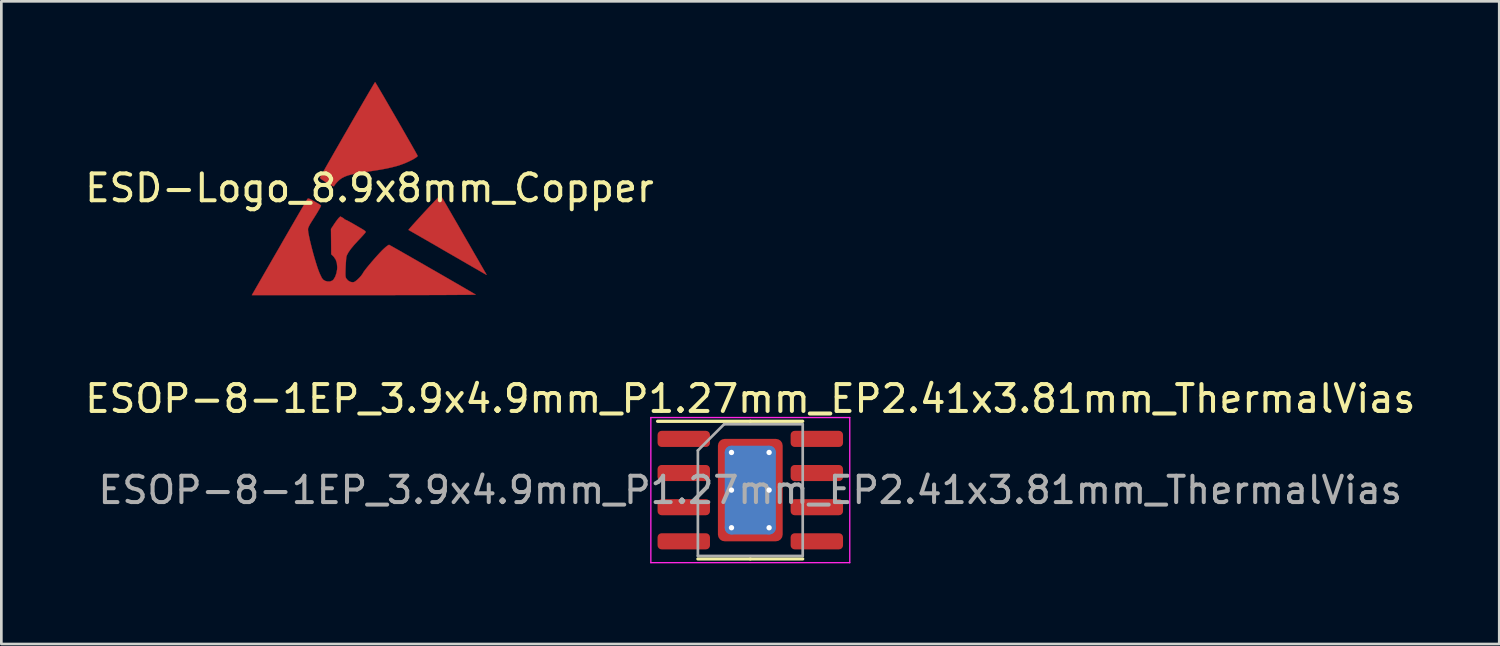
<source format=kicad_pcb>
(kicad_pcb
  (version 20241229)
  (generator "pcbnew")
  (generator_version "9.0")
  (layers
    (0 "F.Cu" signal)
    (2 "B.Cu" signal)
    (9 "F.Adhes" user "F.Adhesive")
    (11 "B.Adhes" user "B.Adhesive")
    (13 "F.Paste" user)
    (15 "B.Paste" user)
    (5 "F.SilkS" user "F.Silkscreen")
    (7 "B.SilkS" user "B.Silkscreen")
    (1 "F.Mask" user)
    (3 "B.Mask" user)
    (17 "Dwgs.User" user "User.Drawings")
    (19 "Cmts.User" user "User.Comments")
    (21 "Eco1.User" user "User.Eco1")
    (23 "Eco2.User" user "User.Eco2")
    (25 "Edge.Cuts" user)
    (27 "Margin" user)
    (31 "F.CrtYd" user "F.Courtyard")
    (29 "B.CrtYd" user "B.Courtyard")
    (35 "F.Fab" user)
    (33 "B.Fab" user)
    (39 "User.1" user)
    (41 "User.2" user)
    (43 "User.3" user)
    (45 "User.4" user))
  (footprint "ESOP-8-1EP_3.9x4.9mm_P1.27mm_EP2.41x3.81mm_ThermalVias"
    (layer "F.Cu")
    (at 24.863 15.183)
    (property "Reference" "ESOP-8-1EP_3.9x4.9mm_P1.27mm_EP2.41x3.81mm_ThermalVias" (at 0 -3.4 0) (layer "F.SilkS") (effects (font (size 1 1) (thickness 0.15))))
    (attr smd)
    (fp_line (start 0 -2.56) (end -3.45 -2.56) (stroke (width 0.12) (type solid)) (layer "F.SilkS"))
    (fp_line (start 0 -2.56) (end 1.95 -2.56) (stroke (width 0.12) (type solid)) (layer "F.SilkS"))
    (fp_line (start 0 2.56) (end -1.95 2.56) (stroke (width 0.12) (type solid)) (layer "F.SilkS"))
    (fp_line (start 0 2.56) (end 1.95 2.56) (stroke (width 0.12) (type solid)) (layer "F.SilkS"))
    (fp_line (start -3.7 -2.7) (end -3.7 2.7) (stroke (width 0.05) (type solid)) (layer "F.CrtYd"))
    (fp_line (start -3.7 2.7) (end 3.7 2.7) (stroke (width 0.05) (type solid)) (layer "F.CrtYd"))
    (fp_line (start 3.7 -2.7) (end -3.7 -2.7) (stroke (width 0.05) (type solid)) (layer "F.CrtYd"))
    (fp_line (start 3.7 2.7) (end 3.7 -2.7) (stroke (width 0.05) (type solid)) (layer "F.CrtYd"))
    (fp_line (start -1.95 -1.475) (end -0.975 -2.45) (stroke (width 0.1) (type solid)) (layer "F.Fab"))
    (fp_line (start -1.95 2.45) (end -1.95 -1.475) (stroke (width 0.1) (type solid)) (layer "F.Fab"))
    (fp_line (start -0.975 -2.45) (end 1.95 -2.45) (stroke (width 0.1) (type solid)) (layer "F.Fab"))
    (fp_line (start 1.95 -2.45) (end 1.95 2.45) (stroke (width 0.1) (type solid)) (layer "F.Fab"))
    (fp_line (start 1.95 2.45) (end -1.95 2.45) (stroke (width 0.1) (type solid)) (layer "F.Fab"))
    (fp_text user "${REFERENCE}" (at 0 0 0) (layer "F.Fab") (effects (font (size 0.98 0.98) (thickness 0.15))))
    (pad "" smd roundrect (at -0.6 -0.95) (size 1.01 1.59) (layers "F.Paste") (roundrect_rratio 0.248))
    (pad "" smd roundrect (at -0.6 0.95) (size 1.01 1.59) (layers "F.Paste") (roundrect_rratio 0.248))
    (pad "" smd roundrect (at 0.6 -0.95) (size 1.01 1.59) (layers "F.Paste") (roundrect_rratio 0.248))
    (pad "" smd roundrect (at 0.6 0.95) (size 1.01 1.59) (layers "F.Paste") (roundrect_rratio 0.248))
    (pad "1" smd roundrect (at -2.475 -1.905) (size 1.95 0.6) (layers "F.Cu" "F.Mask" "F.Paste") (roundrect_rratio 0.25))
    (pad "2" smd roundrect (at -2.475 -0.635) (size 1.95 0.6) (layers "F.Cu" "F.Mask" "F.Paste") (roundrect_rratio 0.25))
    (pad "3" smd roundrect (at -2.475 0.635) (size 1.95 0.6) (layers "F.Cu" "F.Mask" "F.Paste") (roundrect_rratio 0.25))
    (pad "4" smd roundrect (at -2.475 1.905) (size 1.95 0.6) (layers "F.Cu" "F.Mask" "F.Paste") (roundrect_rratio 0.25))
    (pad "5" smd roundrect (at 2.475 1.905) (size 1.95 0.6) (layers "F.Cu" "F.Mask" "F.Paste") (roundrect_rratio 0.25))
    (pad "6" smd roundrect (at 2.475 0.635) (size 1.95 0.6) (layers "F.Cu" "F.Mask" "F.Paste") (roundrect_rratio 0.25))
    (pad "7" smd roundrect (at 2.475 -0.635) (size 1.95 0.6) (layers "F.Cu" "F.Mask" "F.Paste") (roundrect_rratio 0.25))
    (pad "8" smd roundrect (at 2.475 -1.905) (size 1.95 0.6) (layers "F.Cu" "F.Mask" "F.Paste") (roundrect_rratio 0.25))
    (pad "9" thru_hole circle (at -0.7 -1.4) (size 0.5 0.5) (drill 0.2) (layers "*.Cu"))
    (pad "9" thru_hole circle (at -0.7 0) (size 0.5 0.5) (drill 0.2) (layers "*.Cu"))
    (pad "9" thru_hole circle (at -0.7 1.4) (size 0.5 0.5) (drill 0.2) (layers "*.Cu"))
    (pad "9" smd roundrect (at 0 0) (size 1.9 3.3) (layers "B.Cu") (roundrect_rratio 0.132))
    (pad "9" smd roundrect (at 0 0) (size 2.41 3.81) (layers "F.Cu" "F.Mask") (roundrect_rratio 0.104))
    (pad "9" thru_hole circle (at 0.7 -1.4) (size 0.5 0.5) (drill 0.2) (layers "*.Cu"))
    (pad "9" thru_hole circle (at 0.7 0) (size 0.5 0.5) (drill 0.2) (layers "*.Cu"))
    (pad "9" thru_hole circle (at 0.7 1.4) (size 0.5 0.5) (drill 0.2) (layers "*.Cu")))
  (footprint "ESD-Logo_8.9x8mm_Copper"
    (layer "F.Cu")
    (at 10.696 3.946)
    (property "Reference" "ESD-Logo_8.9x8mm_Copper" (at 0 0 0) (layer "F.SilkS") (effects (font (size 1 1) (thickness 0.15))))
    (attr exclude_from_pos_files exclude_from_bom)
    (fp_poly (pts (xy 2.676 0.316) (xy 2.691 0.342) (xy 2.726 0.4) (xy 2.778 0.49) (xy 2.845 0.606) (xy 2.927 0.747) (xy 3.021 0.909) (xy 3.125 1.09) (xy 3.239 1.286) (xy 3.359 1.495) (xy 3.483 1.71) (xy 3.61 1.93) (xy 3.732 2.14) (xy 3.846 2.339) (xy 3.953 2.524) (xy 4.049 2.69) (xy 4.132 2.835) (xy 4.202 2.956) (xy 4.256 3.05) (xy 4.293 3.114) (xy 4.311 3.144) (xy 4.339 3.194) (xy 4.354 3.226) (xy 4.355 3.231) (xy 4.336 3.221) (xy 4.284 3.191) (xy 4.202 3.144) (xy 4.091 3.08) (xy 3.955 3.002) (xy 3.797 2.911) (xy 3.619 2.808) (xy 3.424 2.695) (xy 3.214 2.574) (xy 2.993 2.446) (xy 2.909 2.398) (xy 2.684 2.268) (xy 2.47 2.143) (xy 2.268 2.027) (xy 2.082 1.92) (xy 1.915 1.824) (xy 1.769 1.74) (xy 1.647 1.67) (xy 1.552 1.615) (xy 1.487 1.578) (xy 1.454 1.56) (xy 1.45 1.558) (xy 1.46 1.542) (xy 1.495 1.5) (xy 1.552 1.435) (xy 1.626 1.351) (xy 1.715 1.253) (xy 1.814 1.144) (xy 1.92 1.027) (xy 2.03 0.908) (xy 2.14 0.789) (xy 2.246 0.675) (xy 2.345 0.57) (xy 2.433 0.477) (xy 2.507 0.401) (xy 2.562 0.345) (xy 2.581 0.326) (xy 2.645 0.267) (xy 2.676 0.316)) (stroke (width 0.01) (type solid)) (fill yes) (layer "F.Cu"))
    (fp_poly (pts (xy 0.221 -3.924) (xy 0.252 -3.873) (xy 0.3 -3.794) (xy 0.362 -3.688) (xy 0.438 -3.559) (xy 0.524 -3.412) (xy 0.619 -3.248) (xy 0.721 -3.072) (xy 0.828 -2.887) (xy 0.939 -2.696) (xy 1.05 -2.503) (xy 1.161 -2.311) (xy 1.268 -2.124) (xy 1.371 -1.944) (xy 1.467 -1.776) (xy 1.555 -1.623) (xy 1.631 -1.488) (xy 1.696 -1.374) (xy 1.745 -1.285) (xy 1.778 -1.224) (xy 1.793 -1.195) (xy 1.793 -1.193) (xy 1.775 -1.169) (xy 1.725 -1.131) (xy 1.648 -1.084) (xy 1.552 -1.032) (xy 1.45 -0.982) (xy 1.312 -0.921) (xy 1.167 -0.867) (xy 1.01 -0.817) (xy 0.836 -0.772) (xy 0.639 -0.728) (xy 0.416 -0.686) (xy 0.16 -0.645) (xy -0.104 -0.606) (xy -0.334 -0.571) (xy -0.527 -0.537) (xy -0.688 -0.501) (xy -0.822 -0.463) (xy -0.933 -0.419) (xy -1.027 -0.37) (xy -1.109 -0.312) (xy -1.182 -0.244) (xy -1.206 -0.219) (xy -1.258 -0.16) (xy -1.296 -0.112) (xy -1.313 -0.084) (xy -1.314 -0.082) (xy -1.32 -0.068) (xy -1.341 -0.067) (xy -1.382 -0.083) (xy -1.447 -0.117) (xy -1.541 -0.17) (xy -1.606 -0.208) (xy -1.702 -0.268) (xy -1.778 -0.319) (xy -1.826 -0.358) (xy -1.843 -0.381) (xy -1.843 -0.381) (xy -1.833 -0.403) (xy -1.803 -0.457) (xy -1.756 -0.542) (xy -1.693 -0.653) (xy -1.617 -0.789) (xy -1.528 -0.945) (xy -1.428 -1.119) (xy -1.32 -1.309) (xy -1.205 -1.51) (xy -1.084 -1.72) (xy -0.96 -1.937) (xy -0.833 -2.156) (xy -0.707 -2.376) (xy -0.582 -2.592) (xy -0.46 -2.803) (xy -0.343 -3.004) (xy -0.233 -3.194) (xy -0.131 -3.369) (xy -0.039 -3.527) (xy 0.041 -3.663) (xy 0.107 -3.776) (xy 0.158 -3.861) (xy 0.192 -3.918) (xy 0.208 -3.941) (xy 0.209 -3.941) (xy 0.221 -3.924)) (stroke (width 0.01) (type solid)) (fill yes) (layer "F.Cu"))
    (fp_poly (pts (xy -2.259 0.392) (xy -2.215 0.409) (xy -2.149 0.443) (xy -2.053 0.495) (xy -2.045 0.5) (xy -1.957 0.55) (xy -1.883 0.594) (xy -1.829 0.628) (xy -1.804 0.646) (xy -1.804 0.647) (xy -1.81 0.672) (xy -1.837 0.729) (xy -1.885 0.814) (xy -1.95 0.925) (xy -2.032 1.057) (xy -2.128 1.209) (xy -2.152 1.246) (xy -2.215 1.349) (xy -2.26 1.437) (xy -2.285 1.504) (xy -2.287 1.517) (xy -2.286 1.574) (xy -2.274 1.666) (xy -2.251 1.785) (xy -2.221 1.927) (xy -2.183 2.084) (xy -2.141 2.252) (xy -2.095 2.425) (xy -2.047 2.596) (xy -1.998 2.759) (xy -1.951 2.91) (xy -1.906 3.041) (xy -1.865 3.148) (xy -1.837 3.211) (xy -1.804 3.279) (xy -1.772 3.344) (xy -1.771 3.347) (xy -1.719 3.412) (xy -1.642 3.456) (xy -1.554 3.477) (xy -1.464 3.474) (xy -1.385 3.444) (xy -1.341 3.406) (xy -1.277 3.3) (xy -1.23 3.167) (xy -1.204 3.023) (xy -1.2 2.94) (xy -1.215 2.787) (xy -1.258 2.66) (xy -1.332 2.553) (xy -1.355 2.53) (xy -1.424 2.463) (xy -1.428 1.992) (xy -1.433 1.521) (xy -1.313 1.339) (xy -1.257 1.257) (xy -1.202 1.183) (xy -1.158 1.127) (xy -1.139 1.107) (xy -1.085 1.057) (xy -1.012 1.096) (xy -0.965 1.124) (xy -0.94 1.146) (xy -0.938 1.15) (xy -0.921 1.167) (xy -0.892 1.179) (xy -0.863 1.191) (xy -0.819 1.212) (xy -0.756 1.246) (xy -0.671 1.293) (xy -0.559 1.357) (xy -0.417 1.44) (xy -0.339 1.485) (xy -0.248 1.539) (xy -0.189 1.578) (xy -0.155 1.605) (xy -0.142 1.626) (xy -0.145 1.645) (xy -0.147 1.649) (xy -0.168 1.677) (xy -0.213 1.728) (xy -0.276 1.798) (xy -0.353 1.881) (xy -0.419 1.951) (xy -0.572 2.117) (xy -0.692 2.262) (xy -0.779 2.385) (xy -0.836 2.489) (xy -0.855 2.542) (xy -0.863 2.588) (xy -0.871 2.667) (xy -0.878 2.77) (xy -0.885 2.887) (xy -0.888 2.961) (xy -0.892 3.089) (xy -0.894 3.183) (xy -0.893 3.25) (xy -0.888 3.296) (xy -0.88 3.329) (xy -0.867 3.357) (xy -0.856 3.374) (xy -0.797 3.44) (xy -0.72 3.486) (xy -0.639 3.505) (xy -0.578 3.498) (xy -0.523 3.467) (xy -0.454 3.411) (xy -0.381 3.34) (xy -0.313 3.265) (xy -0.261 3.193) (xy -0.241 3.159) (xy -0.212 3.111) (xy -0.159 3.04) (xy -0.087 2.948) (xy -0.001 2.844) (xy 0.094 2.732) (xy 0.194 2.617) (xy 0.293 2.506) (xy 0.387 2.404) (xy 0.471 2.316) (xy 0.538 2.252) (xy 0.611 2.188) (xy 0.673 2.141) (xy 0.716 2.115) (xy 0.73 2.112) (xy 0.752 2.124) (xy 0.807 2.154) (xy 0.892 2.202) (xy 1.003 2.265) (xy 1.138 2.341) (xy 1.293 2.43) (xy 1.465 2.528) (xy 1.651 2.635) (xy 1.848 2.748) (xy 2.052 2.865) (xy 2.26 2.985) (xy 2.47 3.105) (xy 2.678 3.225) (xy 2.881 3.342) (xy 3.075 3.454) (xy 3.258 3.56) (xy 3.426 3.657) (xy 3.577 3.745) (xy 3.706 3.82) (xy 3.812 3.882) (xy 3.89 3.928) (xy 3.937 3.956) (xy 3.951 3.965) (xy 3.932 3.967) (xy 3.874 3.969) (xy 3.778 3.97) (xy 3.646 3.972) (xy 3.48 3.974) (xy 3.282 3.975) (xy 3.054 3.976) (xy 2.798 3.978) (xy 2.515 3.979) (xy 2.209 3.98) (xy 1.88 3.981) (xy 1.531 3.981) (xy 1.163 3.982) (xy 0.779 3.983) (xy 0.38 3.983) (xy -0.031 3.983) (xy -0.203 3.983) (xy -4.377 3.983) (xy -4.08 3.467) (xy -4.017 3.358) (xy -3.936 3.217) (xy -3.839 3.049) (xy -3.73 2.86) (xy -3.611 2.653) (xy -3.484 2.434) (xy -3.353 2.207) (xy -3.221 1.976) (xy -3.089 1.747) (xy -3.055 1.689) (xy -2.934 1.478) (xy -2.818 1.278) (xy -2.709 1.09) (xy -2.61 0.919) (xy -2.521 0.767) (xy -2.445 0.637) (xy -2.383 0.532) (xy -2.338 0.456) (xy -2.31 0.41) (xy -2.303 0.399) (xy -2.286 0.389) (xy -2.259 0.392)) (stroke (width 0.01) (type solid)) (fill yes) (layer "F.Cu")))
  (gr_rect
    (start -3 -3)
    (end 52.726 20.908)
    (stroke (width 0.1) (type default))
    (fill no)
    (layer "Edge.Cuts")))
</source>
